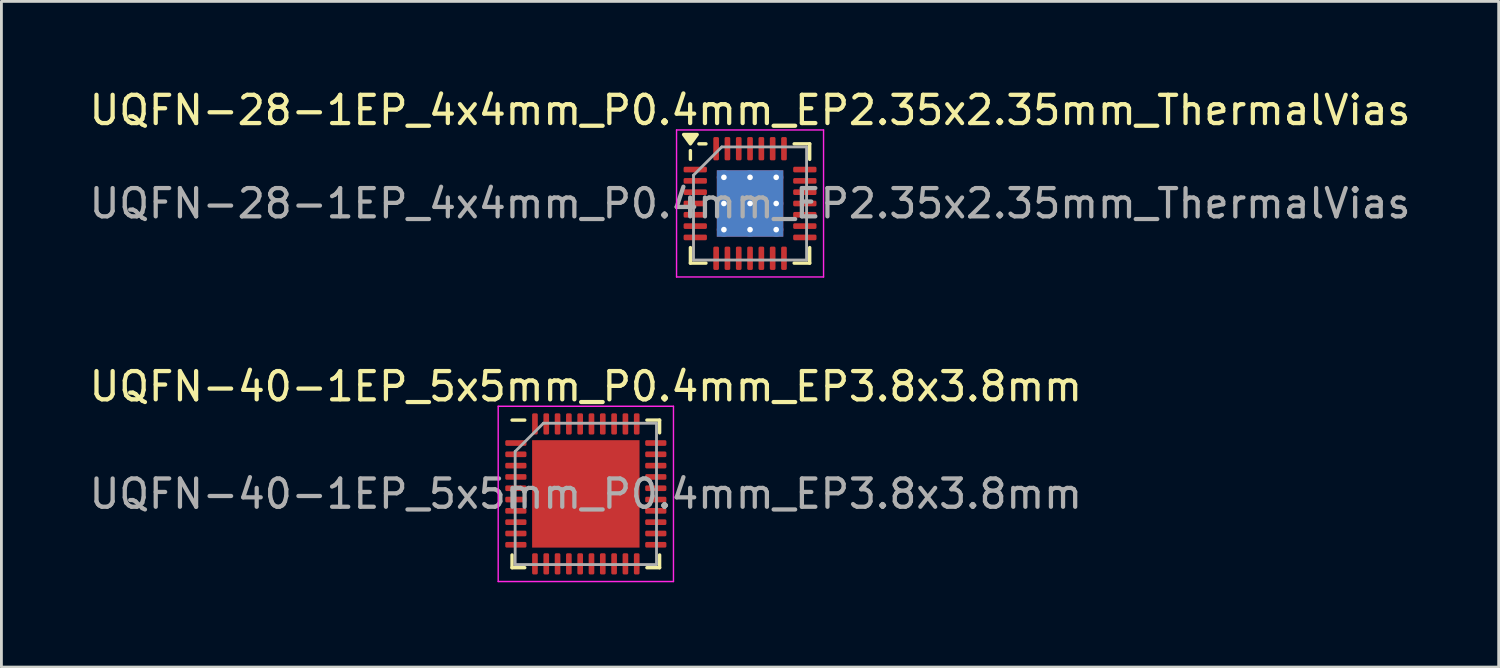
<source format=kicad_pcb>
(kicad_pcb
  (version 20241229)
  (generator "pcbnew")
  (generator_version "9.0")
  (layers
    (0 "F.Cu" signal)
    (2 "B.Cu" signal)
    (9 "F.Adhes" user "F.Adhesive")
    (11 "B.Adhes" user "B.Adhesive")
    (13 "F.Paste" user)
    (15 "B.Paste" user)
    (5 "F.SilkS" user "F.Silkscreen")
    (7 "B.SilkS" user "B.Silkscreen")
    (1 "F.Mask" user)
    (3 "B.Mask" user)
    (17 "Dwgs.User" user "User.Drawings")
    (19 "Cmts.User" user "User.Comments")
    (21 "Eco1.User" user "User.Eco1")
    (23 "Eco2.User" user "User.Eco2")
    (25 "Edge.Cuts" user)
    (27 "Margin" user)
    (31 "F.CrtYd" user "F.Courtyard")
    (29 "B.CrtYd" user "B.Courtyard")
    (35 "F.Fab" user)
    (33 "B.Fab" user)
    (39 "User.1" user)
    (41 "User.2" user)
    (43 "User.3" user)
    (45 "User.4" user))
  (footprint "UQFN-40-1EP_5x5mm_P0.4mm_EP3.8x3.8mm"
    (layer "F.Cu")
    (at 17.673 14.421)
    (property "Reference" "UQFN-40-1EP_5x5mm_P0.4mm_EP3.8x3.8mm" (at 0 -3.8 0) (layer "F.SilkS") (effects (font (size 1 1) (thickness 0.15))))
    (attr smd)
    (fp_line (start -2.61 2.61) (end -2.61 2.16) (stroke (width 0.12) (type solid)) (layer "F.SilkS"))
    (fp_line (start -2.16 -2.61) (end -2.61 -2.61) (stroke (width 0.12) (type solid)) (layer "F.SilkS"))
    (fp_line (start -2.16 2.61) (end -2.61 2.61) (stroke (width 0.12) (type solid)) (layer "F.SilkS"))
    (fp_line (start 2.16 -2.61) (end 2.61 -2.61) (stroke (width 0.12) (type solid)) (layer "F.SilkS"))
    (fp_line (start 2.16 2.61) (end 2.61 2.61) (stroke (width 0.12) (type solid)) (layer "F.SilkS"))
    (fp_line (start 2.61 -2.61) (end 2.61 -2.16) (stroke (width 0.12) (type solid)) (layer "F.SilkS"))
    (fp_line (start 2.61 2.61) (end 2.61 2.16) (stroke (width 0.12) (type solid)) (layer "F.SilkS"))
    (fp_line (start -3.1 -3.1) (end -3.1 3.1) (stroke (width 0.05) (type solid)) (layer "F.CrtYd"))
    (fp_line (start -3.1 3.1) (end 3.1 3.1) (stroke (width 0.05) (type solid)) (layer "F.CrtYd"))
    (fp_line (start 3.1 -3.1) (end -3.1 -3.1) (stroke (width 0.05) (type solid)) (layer "F.CrtYd"))
    (fp_line (start 3.1 3.1) (end 3.1 -3.1) (stroke (width 0.05) (type solid)) (layer "F.CrtYd"))
    (fp_line (start -2.5 -1.5) (end -1.5 -2.5) (stroke (width 0.1) (type solid)) (layer "F.Fab"))
    (fp_line (start -2.5 2.5) (end -2.5 -1.5) (stroke (width 0.1) (type solid)) (layer "F.Fab"))
    (fp_line (start -1.5 -2.5) (end 2.5 -2.5) (stroke (width 0.1) (type solid)) (layer "F.Fab"))
    (fp_line (start 2.5 -2.5) (end 2.5 2.5) (stroke (width 0.1) (type solid)) (layer "F.Fab"))
    (fp_line (start 2.5 2.5) (end -2.5 2.5) (stroke (width 0.1) (type solid)) (layer "F.Fab"))
    (fp_text user "${REFERENCE}" (at 0 0 0) (layer "F.Fab") (effects (font (size 1 1) (thickness 0.15))))
    (pad "" smd roundrect (at -1.27 -1.27) (size 1.02 1.02) (layers "F.Paste") (roundrect_rratio 0.245))
    (pad "" smd roundrect (at -1.27 0) (size 1.02 1.02) (layers "F.Paste") (roundrect_rratio 0.245))
    (pad "" smd roundrect (at -1.27 1.27) (size 1.02 1.02) (layers "F.Paste") (roundrect_rratio 0.245))
    (pad "" smd roundrect (at 0 -1.27) (size 1.02 1.02) (layers "F.Paste") (roundrect_rratio 0.245))
    (pad "" smd roundrect (at 0 0) (size 1.02 1.02) (layers "F.Paste") (roundrect_rratio 0.245))
    (pad "" smd roundrect (at 0 1.27) (size 1.02 1.02) (layers "F.Paste") (roundrect_rratio 0.245))
    (pad "" smd roundrect (at 1.27 -1.27) (size 1.02 1.02) (layers "F.Paste") (roundrect_rratio 0.245))
    (pad "" smd roundrect (at 1.27 0) (size 1.02 1.02) (layers "F.Paste") (roundrect_rratio 0.245))
    (pad "" smd roundrect (at 1.27 1.27) (size 1.02 1.02) (layers "F.Paste") (roundrect_rratio 0.245))
    (pad "1" smd roundrect (at -2.475 -1.8) (size 0.75 0.2) (layers "F.Cu" "F.Mask" "F.Paste") (roundrect_rratio 0.25))
    (pad "2" smd roundrect (at -2.475 -1.4) (size 0.75 0.2) (layers "F.Cu" "F.Mask" "F.Paste") (roundrect_rratio 0.25))
    (pad "3" smd roundrect (at -2.475 -1) (size 0.75 0.2) (layers "F.Cu" "F.Mask" "F.Paste") (roundrect_rratio 0.25))
    (pad "4" smd roundrect (at -2.475 -0.6) (size 0.75 0.2) (layers "F.Cu" "F.Mask" "F.Paste") (roundrect_rratio 0.25))
    (pad "5" smd roundrect (at -2.475 -0.2) (size 0.75 0.2) (layers "F.Cu" "F.Mask" "F.Paste") (roundrect_rratio 0.25))
    (pad "6" smd roundrect (at -2.475 0.2) (size 0.75 0.2) (layers "F.Cu" "F.Mask" "F.Paste") (roundrect_rratio 0.25))
    (pad "7" smd roundrect (at -2.475 0.6) (size 0.75 0.2) (layers "F.Cu" "F.Mask" "F.Paste") (roundrect_rratio 0.25))
    (pad "8" smd roundrect (at -2.475 1) (size 0.75 0.2) (layers "F.Cu" "F.Mask" "F.Paste") (roundrect_rratio 0.25))
    (pad "9" smd roundrect (at -2.475 1.4) (size 0.75 0.2) (layers "F.Cu" "F.Mask" "F.Paste") (roundrect_rratio 0.25))
    (pad "10" smd roundrect (at -2.475 1.8) (size 0.75 0.2) (layers "F.Cu" "F.Mask" "F.Paste") (roundrect_rratio 0.25))
    (pad "11" smd roundrect (at -1.8 2.475) (size 0.2 0.75) (layers "F.Cu" "F.Mask" "F.Paste") (roundrect_rratio 0.25))
    (pad "12" smd roundrect (at -1.4 2.475) (size 0.2 0.75) (layers "F.Cu" "F.Mask" "F.Paste") (roundrect_rratio 0.25))
    (pad "13" smd roundrect (at -1 2.475) (size 0.2 0.75) (layers "F.Cu" "F.Mask" "F.Paste") (roundrect_rratio 0.25))
    (pad "14" smd roundrect (at -0.6 2.475) (size 0.2 0.75) (layers "F.Cu" "F.Mask" "F.Paste") (roundrect_rratio 0.25))
    (pad "15" smd roundrect (at -0.2 2.475) (size 0.2 0.75) (layers "F.Cu" "F.Mask" "F.Paste") (roundrect_rratio 0.25))
    (pad "16" smd roundrect (at 0.2 2.475) (size 0.2 0.75) (layers "F.Cu" "F.Mask" "F.Paste") (roundrect_rratio 0.25))
    (pad "17" smd roundrect (at 0.6 2.475) (size 0.2 0.75) (layers "F.Cu" "F.Mask" "F.Paste") (roundrect_rratio 0.25))
    (pad "18" smd roundrect (at 1 2.475) (size 0.2 0.75) (layers "F.Cu" "F.Mask" "F.Paste") (roundrect_rratio 0.25))
    (pad "19" smd roundrect (at 1.4 2.475) (size 0.2 0.75) (layers "F.Cu" "F.Mask" "F.Paste") (roundrect_rratio 0.25))
    (pad "20" smd roundrect (at 1.8 2.475) (size 0.2 0.75) (layers "F.Cu" "F.Mask" "F.Paste") (roundrect_rratio 0.25))
    (pad "21" smd roundrect (at 2.475 1.8) (size 0.75 0.2) (layers "F.Cu" "F.Mask" "F.Paste") (roundrect_rratio 0.25))
    (pad "22" smd roundrect (at 2.475 1.4) (size 0.75 0.2) (layers "F.Cu" "F.Mask" "F.Paste") (roundrect_rratio 0.25))
    (pad "23" smd roundrect (at 2.475 1) (size 0.75 0.2) (layers "F.Cu" "F.Mask" "F.Paste") (roundrect_rratio 0.25))
    (pad "24" smd roundrect (at 2.475 0.6) (size 0.75 0.2) (layers "F.Cu" "F.Mask" "F.Paste") (roundrect_rratio 0.25))
    (pad "25" smd roundrect (at 2.475 0.2) (size 0.75 0.2) (layers "F.Cu" "F.Mask" "F.Paste") (roundrect_rratio 0.25))
    (pad "26" smd roundrect (at 2.475 -0.2) (size 0.75 0.2) (layers "F.Cu" "F.Mask" "F.Paste") (roundrect_rratio 0.25))
    (pad "27" smd roundrect (at 2.475 -0.6) (size 0.75 0.2) (layers "F.Cu" "F.Mask" "F.Paste") (roundrect_rratio 0.25))
    (pad "28" smd roundrect (at 2.475 -1) (size 0.75 0.2) (layers "F.Cu" "F.Mask" "F.Paste") (roundrect_rratio 0.25))
    (pad "29" smd roundrect (at 2.475 -1.4) (size 0.75 0.2) (layers "F.Cu" "F.Mask" "F.Paste") (roundrect_rratio 0.25))
    (pad "30" smd roundrect (at 2.475 -1.8) (size 0.75 0.2) (layers "F.Cu" "F.Mask" "F.Paste") (roundrect_rratio 0.25))
    (pad "31" smd roundrect (at 1.8 -2.475) (size 0.2 0.75) (layers "F.Cu" "F.Mask" "F.Paste") (roundrect_rratio 0.25))
    (pad "32" smd roundrect (at 1.4 -2.475) (size 0.2 0.75) (layers "F.Cu" "F.Mask" "F.Paste") (roundrect_rratio 0.25))
    (pad "33" smd roundrect (at 1 -2.475) (size 0.2 0.75) (layers "F.Cu" "F.Mask" "F.Paste") (roundrect_rratio 0.25))
    (pad "34" smd roundrect (at 0.6 -2.475) (size 0.2 0.75) (layers "F.Cu" "F.Mask" "F.Paste") (roundrect_rratio 0.25))
    (pad "35" smd roundrect (at 0.2 -2.475) (size 0.2 0.75) (layers "F.Cu" "F.Mask" "F.Paste") (roundrect_rratio 0.25))
    (pad "36" smd roundrect (at -0.2 -2.475) (size 0.2 0.75) (layers "F.Cu" "F.Mask" "F.Paste") (roundrect_rratio 0.25))
    (pad "37" smd roundrect (at -0.6 -2.475) (size 0.2 0.75) (layers "F.Cu" "F.Mask" "F.Paste") (roundrect_rratio 0.25))
    (pad "38" smd roundrect (at -1 -2.475) (size 0.2 0.75) (layers "F.Cu" "F.Mask" "F.Paste") (roundrect_rratio 0.25))
    (pad "39" smd roundrect (at -1.4 -2.475) (size 0.2 0.75) (layers "F.Cu" "F.Mask" "F.Paste") (roundrect_rratio 0.25))
    (pad "40" smd roundrect (at -1.8 -2.475) (size 0.2 0.75) (layers "F.Cu" "F.Mask" "F.Paste") (roundrect_rratio 0.25))
    (pad "41" smd rect (at 0 0) (size 3.8 3.8) (layers "F.Cu" "F.Mask")))
  (footprint "UQFN-28-1EP_4x4mm_P0.4mm_EP2.35x2.35mm_ThermalVias"
    (layer "F.Cu")
    (at 23.482 4.148)
    (property "Reference" "UQFN-28-1EP_4x4mm_P0.4mm_EP2.35x2.35mm_ThermalVias" (at 0 -3.3 0) (layer "F.SilkS") (effects (font (size 1 1) (thickness 0.15))))
    (attr smd)
    (fp_line (start -2.11 -1.56) (end -2.11 -1.87) (stroke (width 0.12) (type solid)) (layer "F.SilkS"))
    (fp_line (start -2.11 2.11) (end -2.11 1.56) (stroke (width 0.12) (type solid)) (layer "F.SilkS"))
    (fp_line (start -1.56 -2.11) (end -1.81 -2.11) (stroke (width 0.12) (type solid)) (layer "F.SilkS"))
    (fp_line (start -1.56 2.11) (end -2.11 2.11) (stroke (width 0.12) (type solid)) (layer "F.SilkS"))
    (fp_line (start 1.56 -2.11) (end 2.11 -2.11) (stroke (width 0.12) (type solid)) (layer "F.SilkS"))
    (fp_line (start 1.56 2.11) (end 2.11 2.11) (stroke (width 0.12) (type solid)) (layer "F.SilkS"))
    (fp_line (start 2.11 -2.11) (end 2.11 -1.56) (stroke (width 0.12) (type solid)) (layer "F.SilkS"))
    (fp_line (start 2.11 2.11) (end 2.11 1.56) (stroke (width 0.12) (type solid)) (layer "F.SilkS"))
    (fp_poly (pts (xy -2.11 -2.11) (xy -2.35 -2.44) (xy -1.87 -2.44) (xy -2.11 -2.11)) (stroke (width 0.12) (type solid)) (fill yes) (layer "F.SilkS"))
    (fp_line (start -2.6 -2.6) (end -2.6 2.6) (stroke (width 0.05) (type solid)) (layer "F.CrtYd"))
    (fp_line (start -2.6 2.6) (end 2.6 2.6) (stroke (width 0.05) (type solid)) (layer "F.CrtYd"))
    (fp_line (start 2.6 -2.6) (end -2.6 -2.6) (stroke (width 0.05) (type solid)) (layer "F.CrtYd"))
    (fp_line (start 2.6 2.6) (end 2.6 -2.6) (stroke (width 0.05) (type solid)) (layer "F.CrtYd"))
    (fp_line (start -2 -1) (end -1 -2) (stroke (width 0.1) (type solid)) (layer "F.Fab"))
    (fp_line (start -2 2) (end -2 -1) (stroke (width 0.1) (type solid)) (layer "F.Fab"))
    (fp_line (start -1 -2) (end 2 -2) (stroke (width 0.1) (type solid)) (layer "F.Fab"))
    (fp_line (start 2 -2) (end 2 2) (stroke (width 0.1) (type solid)) (layer "F.Fab"))
    (fp_line (start 2 2) (end -2 2) (stroke (width 0.1) (type solid)) (layer "F.Fab"))
    (fp_text user "${REFERENCE}" (at 0 0 0) (layer "F.Fab") (effects (font (size 1 1) (thickness 0.15))))
    (pad "" smd roundrect (at -0.59 -0.59) (size 0.98 0.98) (layers "F.Paste") (roundrect_rratio 0.25))
    (pad "" smd roundrect (at -0.59 0.59) (size 0.98 0.98) (layers "F.Paste") (roundrect_rratio 0.25))
    (pad "" smd roundrect (at 0.59 -0.59) (size 0.98 0.98) (layers "F.Paste") (roundrect_rratio 0.25))
    (pad "" smd roundrect (at 0.59 0.59) (size 0.98 0.98) (layers "F.Paste") (roundrect_rratio 0.25))
    (pad "1" smd roundrect (at -1.938 -1.2) (size 0.825 0.2) (layers "F.Cu" "F.Mask" "F.Paste") (roundrect_rratio 0.25))
    (pad "2" smd roundrect (at -1.938 -0.8) (size 0.825 0.2) (layers "F.Cu" "F.Mask" "F.Paste") (roundrect_rratio 0.25))
    (pad "3" smd roundrect (at -1.938 -0.4) (size 0.825 0.2) (layers "F.Cu" "F.Mask" "F.Paste") (roundrect_rratio 0.25))
    (pad "4" smd roundrect (at -1.938 0) (size 0.825 0.2) (layers "F.Cu" "F.Mask" "F.Paste") (roundrect_rratio 0.25))
    (pad "5" smd roundrect (at -1.938 0.4) (size 0.825 0.2) (layers "F.Cu" "F.Mask" "F.Paste") (roundrect_rratio 0.25))
    (pad "6" smd roundrect (at -1.938 0.8) (size 0.825 0.2) (layers "F.Cu" "F.Mask" "F.Paste") (roundrect_rratio 0.25))
    (pad "7" smd roundrect (at -1.938 1.2) (size 0.825 0.2) (layers "F.Cu" "F.Mask" "F.Paste") (roundrect_rratio 0.25))
    (pad "8" smd roundrect (at -1.2 1.938) (size 0.2 0.825) (layers "F.Cu" "F.Mask" "F.Paste") (roundrect_rratio 0.25))
    (pad "9" smd roundrect (at -0.8 1.938) (size 0.2 0.825) (layers "F.Cu" "F.Mask" "F.Paste") (roundrect_rratio 0.25))
    (pad "10" smd roundrect (at -0.4 1.938) (size 0.2 0.825) (layers "F.Cu" "F.Mask" "F.Paste") (roundrect_rratio 0.25))
    (pad "11" smd roundrect (at 0 1.938) (size 0.2 0.825) (layers "F.Cu" "F.Mask" "F.Paste") (roundrect_rratio 0.25))
    (pad "12" smd roundrect (at 0.4 1.938) (size 0.2 0.825) (layers "F.Cu" "F.Mask" "F.Paste") (roundrect_rratio 0.25))
    (pad "13" smd roundrect (at 0.8 1.938) (size 0.2 0.825) (layers "F.Cu" "F.Mask" "F.Paste") (roundrect_rratio 0.25))
    (pad "14" smd roundrect (at 1.2 1.938) (size 0.2 0.825) (layers "F.Cu" "F.Mask" "F.Paste") (roundrect_rratio 0.25))
    (pad "15" smd roundrect (at 1.938 1.2) (size 0.825 0.2) (layers "F.Cu" "F.Mask" "F.Paste") (roundrect_rratio 0.25))
    (pad "16" smd roundrect (at 1.938 0.8) (size 0.825 0.2) (layers "F.Cu" "F.Mask" "F.Paste") (roundrect_rratio 0.25))
    (pad "17" smd roundrect (at 1.938 0.4) (size 0.825 0.2) (layers "F.Cu" "F.Mask" "F.Paste") (roundrect_rratio 0.25))
    (pad "18" smd roundrect (at 1.938 0) (size 0.825 0.2) (layers "F.Cu" "F.Mask" "F.Paste") (roundrect_rratio 0.25))
    (pad "19" smd roundrect (at 1.938 -0.4) (size 0.825 0.2) (layers "F.Cu" "F.Mask" "F.Paste") (roundrect_rratio 0.25))
    (pad "20" smd roundrect (at 1.938 -0.8) (size 0.825 0.2) (layers "F.Cu" "F.Mask" "F.Paste") (roundrect_rratio 0.25))
    (pad "21" smd roundrect (at 1.938 -1.2) (size 0.825 0.2) (layers "F.Cu" "F.Mask" "F.Paste") (roundrect_rratio 0.25))
    (pad "22" smd roundrect (at 1.2 -1.938) (size 0.2 0.825) (layers "F.Cu" "F.Mask" "F.Paste") (roundrect_rratio 0.25))
    (pad "23" smd roundrect (at 0.8 -1.938) (size 0.2 0.825) (layers "F.Cu" "F.Mask" "F.Paste") (roundrect_rratio 0.25))
    (pad "24" smd roundrect (at 0.4 -1.938) (size 0.2 0.825) (layers "F.Cu" "F.Mask" "F.Paste") (roundrect_rratio 0.25))
    (pad "25" smd roundrect (at 0 -1.938) (size 0.2 0.825) (layers "F.Cu" "F.Mask" "F.Paste") (roundrect_rratio 0.25))
    (pad "26" smd roundrect (at -0.4 -1.938) (size 0.2 0.825) (layers "F.Cu" "F.Mask" "F.Paste") (roundrect_rratio 0.25))
    (pad "27" smd roundrect (at -0.8 -1.938) (size 0.2 0.825) (layers "F.Cu" "F.Mask" "F.Paste") (roundrect_rratio 0.25))
    (pad "28" smd roundrect (at -1.2 -1.938) (size 0.2 0.825) (layers "F.Cu" "F.Mask" "F.Paste") (roundrect_rratio 0.25))
    (pad "29" thru_hole circle (at -0.925 -0.925) (size 0.5 0.5) (drill 0.2) (property pad_prop_heatsink) (layers "*.Cu"))
    (pad "29" thru_hole circle (at -0.925 0) (size 0.5 0.5) (drill 0.2) (property pad_prop_heatsink) (layers "*.Cu"))
    (pad "29" thru_hole circle (at -0.925 0.925) (size 0.5 0.5) (drill 0.2) (property pad_prop_heatsink) (layers "*.Cu"))
    (pad "29" thru_hole circle (at 0 -0.925) (size 0.5 0.5) (drill 0.2) (property pad_prop_heatsink) (layers "*.Cu"))
    (pad "29" thru_hole circle (at 0 0) (size 0.5 0.5) (drill 0.2) (property pad_prop_heatsink) (layers "*.Cu"))
    (pad "29" smd rect (at 0 0) (size 2.35 2.35) (property pad_prop_heatsink) (layers "F.Cu" "F.Mask"))
    (pad "29" smd rect (at 0 0) (size 2.35 2.35) (property pad_prop_heatsink) (layers "B.Cu"))
    (pad "29" thru_hole circle (at 0 0.925) (size 0.5 0.5) (drill 0.2) (property pad_prop_heatsink) (layers "*.Cu"))
    (pad "29" thru_hole circle (at 0.925 -0.925) (size 0.5 0.5) (drill 0.2) (property pad_prop_heatsink) (layers "*.Cu"))
    (pad "29" thru_hole circle (at 0.925 0) (size 0.5 0.5) (drill 0.2) (property pad_prop_heatsink) (layers "*.Cu"))
    (pad "29" thru_hole circle (at 0.925 0.925) (size 0.5 0.5) (drill 0.2) (property pad_prop_heatsink) (layers "*.Cu")))
  (gr_rect
    (start -3 -3)
    (end 49.964 20.547)
    (stroke (width 0.1) (type default))
    (fill no)
    (layer "Edge.Cuts")))
</source>
